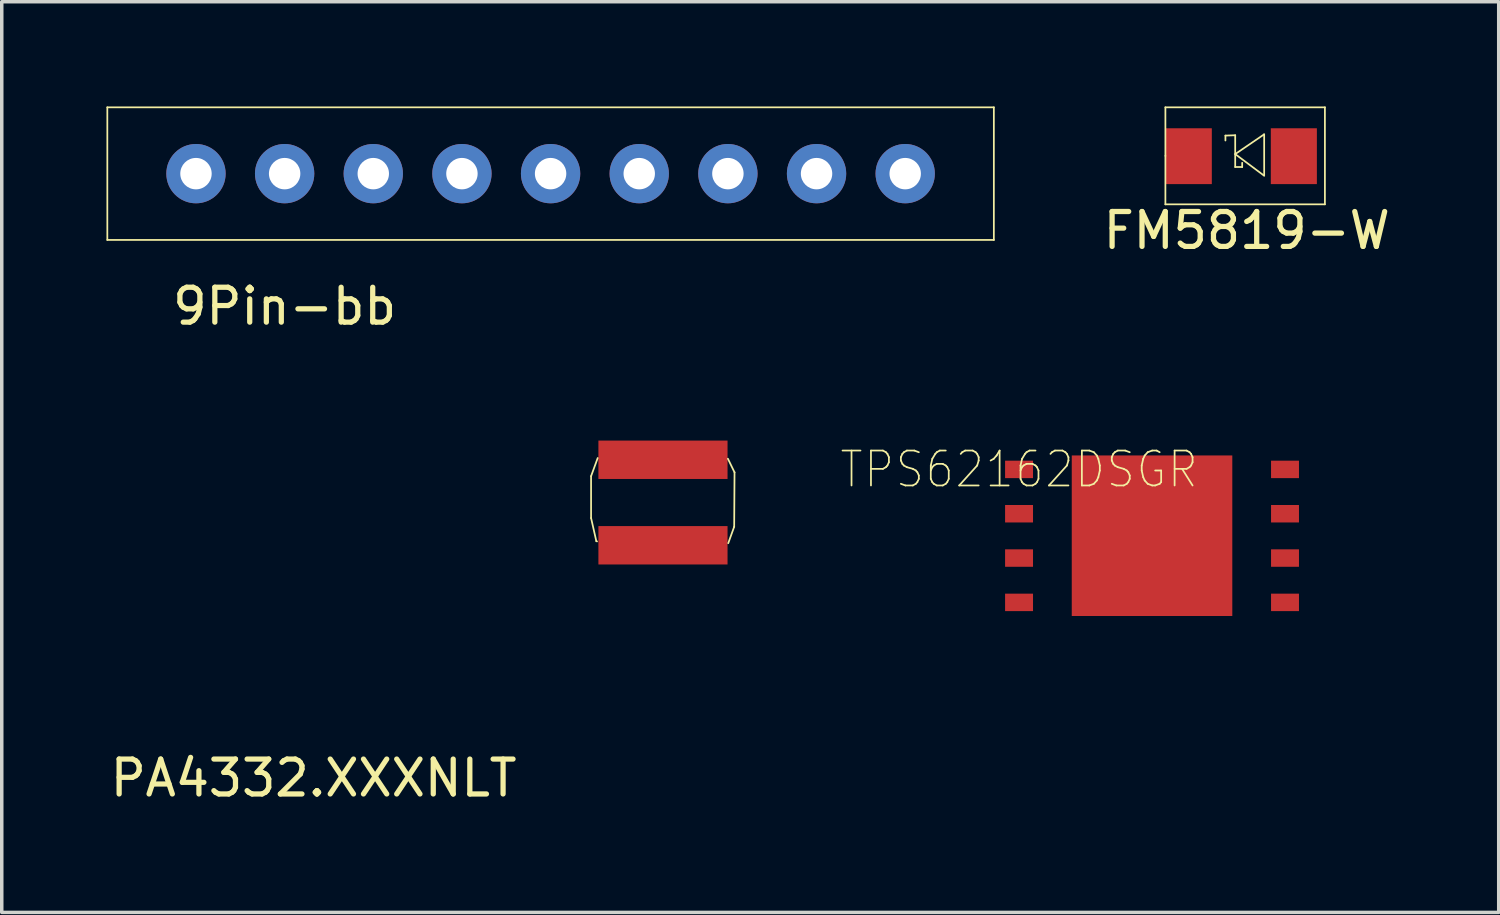
<source format=kicad_pcb>
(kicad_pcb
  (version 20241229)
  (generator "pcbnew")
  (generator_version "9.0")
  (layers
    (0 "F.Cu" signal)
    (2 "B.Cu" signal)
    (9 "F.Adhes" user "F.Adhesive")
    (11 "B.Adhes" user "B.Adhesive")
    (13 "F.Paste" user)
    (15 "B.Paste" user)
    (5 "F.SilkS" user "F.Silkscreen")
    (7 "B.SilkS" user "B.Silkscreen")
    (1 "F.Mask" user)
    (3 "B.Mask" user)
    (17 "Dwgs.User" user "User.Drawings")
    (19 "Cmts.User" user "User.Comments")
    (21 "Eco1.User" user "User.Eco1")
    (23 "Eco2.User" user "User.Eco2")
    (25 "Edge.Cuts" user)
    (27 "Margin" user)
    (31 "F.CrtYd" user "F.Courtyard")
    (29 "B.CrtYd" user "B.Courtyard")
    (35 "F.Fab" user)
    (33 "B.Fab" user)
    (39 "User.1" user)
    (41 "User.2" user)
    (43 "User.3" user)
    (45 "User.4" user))
  (footprint "TPS62162DSGR"
    (layer "F.Cu")
    (at 26.147 10.399)
    (property "Reference" "TPS62162DSGR" (at 0 0 0) (layer "F.SilkS") (effects (font (size 1 0.9) (thickness 0.05))))
    (attr smd)
    (fp_line (start -0.254 -0.762) (end -0.254 4.572) (stroke (width 0.127) (type solid)) (layer "Eco2.User"))
    (fp_line (start -0.254 4.572) (end 7.874 4.572) (stroke (width 0.127) (type solid)) (layer "Eco2.User"))
    (fp_line (start 7.874 -0.762) (end -0.254 -0.762) (stroke (width 0.127) (type solid)) (layer "Eco2.User"))
    (fp_line (start 7.874 4.572) (end 7.874 -0.762) (stroke (width 0.127) (type solid)) (layer "Eco2.User"))
    (fp_circle (center 1.016 0) (end 1.27 0) (stroke (width 0.127) (type solid)) (fill no) (layer "Eco2.User"))
    (pad "1" smd rect (at 0 0) (size 0.8 0.5) (layers "F.Cu" "F.Mask" "F.Paste"))
    (pad "2" smd rect (at 0 1.27) (size 0.8 0.5) (layers "F.Cu" "F.Mask" "F.Paste"))
    (pad "3" smd rect (at 0 2.54) (size 0.8 0.5) (layers "F.Cu" "F.Mask" "F.Paste"))
    (pad "4" smd rect (at 0 3.81) (size 0.8 0.5) (layers "F.Cu" "F.Mask" "F.Paste"))
    (pad "5" smd rect (at 7.62 3.81) (size 0.8 0.5) (layers "F.Cu" "F.Mask" "F.Paste"))
    (pad "6" smd rect (at 7.62 2.54) (size 0.8 0.5) (layers "F.Cu" "F.Mask" "F.Paste"))
    (pad "7" smd rect (at 7.62 1.27) (size 0.8 0.5) (layers "F.Cu" "F.Mask" "F.Paste"))
    (pad "8" smd rect (at 7.62 0) (size 0.8 0.5) (layers "F.Cu" "F.Mask" "F.Paste"))
    (pad "9" smd rect (at 3.81 1.9) (size 4.6 4.6) (layers "F.Cu" "F.Mask" "F.Paste")))
  (footprint "FM5819-W"
    (layer "F.Cu")
    (at 30.34 1.415)
    (property "Reference" "FM5819-W" (at 2.33 2.14 0) (layer "F.SilkS") (effects (font (size 1 1) (thickness 0.15))))
    (attr through_hole)
    (fp_line (start 0 -1.39) (end 4.57 -1.39) (stroke (width 0.05) (type solid)) (layer "F.SilkS"))
    (fp_line (start 0 0) (end 0 -1.39) (stroke (width 0.05) (type solid)) (layer "F.SilkS"))
    (fp_line (start 0 1.39) (end 0 0) (stroke (width 0.05) (type solid)) (layer "F.SilkS"))
    (fp_line (start 1.72 -0.58) (end 2 -0.59) (stroke (width 0.05) (type solid)) (layer "F.SilkS"))
    (fp_line (start 1.72 -0.44) (end 1.72 -0.58) (stroke (width 0.05) (type solid)) (layer "F.SilkS"))
    (fp_line (start 2 -0.59) (end 2 0.32) (stroke (width 0.05) (type solid)) (layer "F.SilkS"))
    (fp_line (start 2 -0.05) (end 2.82 -0.61) (stroke (width 0.05) (type solid)) (layer "F.SilkS"))
    (fp_line (start 2 0.32) (end 2.2 0.32) (stroke (width 0.05) (type solid)) (layer "F.SilkS"))
    (fp_line (start 2.2 0.32) (end 2.2 0.2) (stroke (width 0.05) (type solid)) (layer "F.SilkS"))
    (fp_line (start 2.83 -0.62) (end 2.83 0.56) (stroke (width 0.05) (type solid)) (layer "F.SilkS"))
    (fp_line (start 2.83 0.57) (end 2 -0.05) (stroke (width 0.05) (type solid)) (layer "F.SilkS"))
    (fp_line (start 4.57 -1.39) (end 4.57 1.39) (stroke (width 0.05) (type solid)) (layer "F.SilkS"))
    (fp_line (start 4.57 1.39) (end 0 1.39) (stroke (width 0.05) (type solid)) (layer "F.SilkS"))
    (pad "1" smd rect (at 0.67 0.01) (size 1.32 1.6) (layers "F.Cu" "F.Mask" "F.Paste"))
    (pad "2" smd rect (at 3.68 0.01) (size 1.32 1.6) (layers "F.Cu" "F.Mask" "F.Paste")))
  (footprint "9Pin-bb"
    (layer "F.Cu")
    (at 2.565 1.925)
    (property "Reference" "9Pin-bb" (at 2.54 3.8 0) (layer "F.SilkS") (effects (font (size 1 1) (thickness 0.15))))
    (attr through_hole)
    (fp_line (start -2.54 -1.9) (end 22.86 -1.9) (stroke (width 0.05) (type solid)) (layer "F.SilkS"))
    (fp_line (start -2.54 1.9) (end -2.54 -1.9) (stroke (width 0.05) (type solid)) (layer "F.SilkS"))
    (fp_line (start 22.86 -1.9) (end 22.86 1.9) (stroke (width 0.05) (type solid)) (layer "F.SilkS"))
    (fp_line (start 22.86 1.9) (end -2.54 1.9) (stroke (width 0.05) (type solid)) (layer "F.SilkS"))
    (pad "1" thru_hole circle (at 0 0) (size 1.7 1.7) (drill 0.9) (layers "*.Cu" "*.Mask"))
    (pad "2" thru_hole circle (at 2.54 0) (size 1.7 1.7) (drill 0.9) (layers "*.Cu" "*.Mask"))
    (pad "3" thru_hole circle (at 5.08 0) (size 1.7 1.7) (drill 0.9) (layers "*.Cu" "*.Mask"))
    (pad "4" thru_hole circle (at 7.62 0) (size 1.7 1.7) (drill 0.9) (layers "*.Cu" "*.Mask"))
    (pad "5" thru_hole circle (at 10.16 0) (size 1.7 1.7) (drill 0.9) (layers "*.Cu" "*.Mask"))
    (pad "6" thru_hole circle (at 12.7 0) (size 1.7 1.7) (drill 0.9) (layers "*.Cu" "*.Mask"))
    (pad "7" thru_hole circle (at 15.24 0) (size 1.7 1.7) (drill 0.9) (layers "*.Cu" "*.Mask"))
    (pad "8" thru_hole circle (at 17.78 0) (size 1.7 1.7) (drill 0.9) (layers "*.Cu" "*.Mask"))
    (pad "9" thru_hole circle (at 20.32 0) (size 1.7 1.7) (drill 0.9) (layers "*.Cu" "*.Mask")))
  (footprint "PA4332.XXXNLT"
    (layer "F.Cu")
    (at 14.095 10.673)
    (property "Reference" "PA4332.XXXNLT" (at -8.16 8.57 0) (layer "F.SilkS") (effects (font (size 1 1) (thickness 0.15))))
    (attr through_hole)
    (fp_line (start -0.21 -0.08) (end -0.21 1.12) (stroke (width 0.05) (type solid)) (layer "F.SilkS"))
    (fp_line (start -0.21 1.12) (end -0.06 1.78) (stroke (width 0.05) (type solid)) (layer "F.SilkS"))
    (fp_line (start -0.06 1.78) (end -0.04 1.79) (stroke (width 0.05) (type solid)) (layer "F.SilkS"))
    (fp_line (start -0.02 -0.6) (end -0.21 -0.08) (stroke (width 0.05) (type solid)) (layer "F.SilkS"))
    (fp_line (start 3.71 -0.58) (end 3.9 -0.19) (stroke (width 0.05) (type solid)) (layer "F.SilkS"))
    (fp_line (start 3.89 1.37) (end 3.72 1.84) (stroke (width 0.05) (type solid)) (layer "F.SilkS"))
    (fp_line (start 3.9 -0.19) (end 3.89 1.37) (stroke (width 0.05) (type solid)) (layer "F.SilkS"))
    (pad "1" smd rect (at 1.85 -0.55) (size 3.7 1.1) (layers "F.Cu" "F.Mask" "F.Paste"))
    (pad "2" smd rect (at 1.85 1.9) (size 3.7 1.1) (layers "F.Cu" "F.Mask" "F.Paste")))
  (gr_rect
    (start -3 -3)
    (end 39.89 23.091)
    (stroke (width 0.1) (type default))
    (fill no)
    (layer "Edge.Cuts")))
</source>
